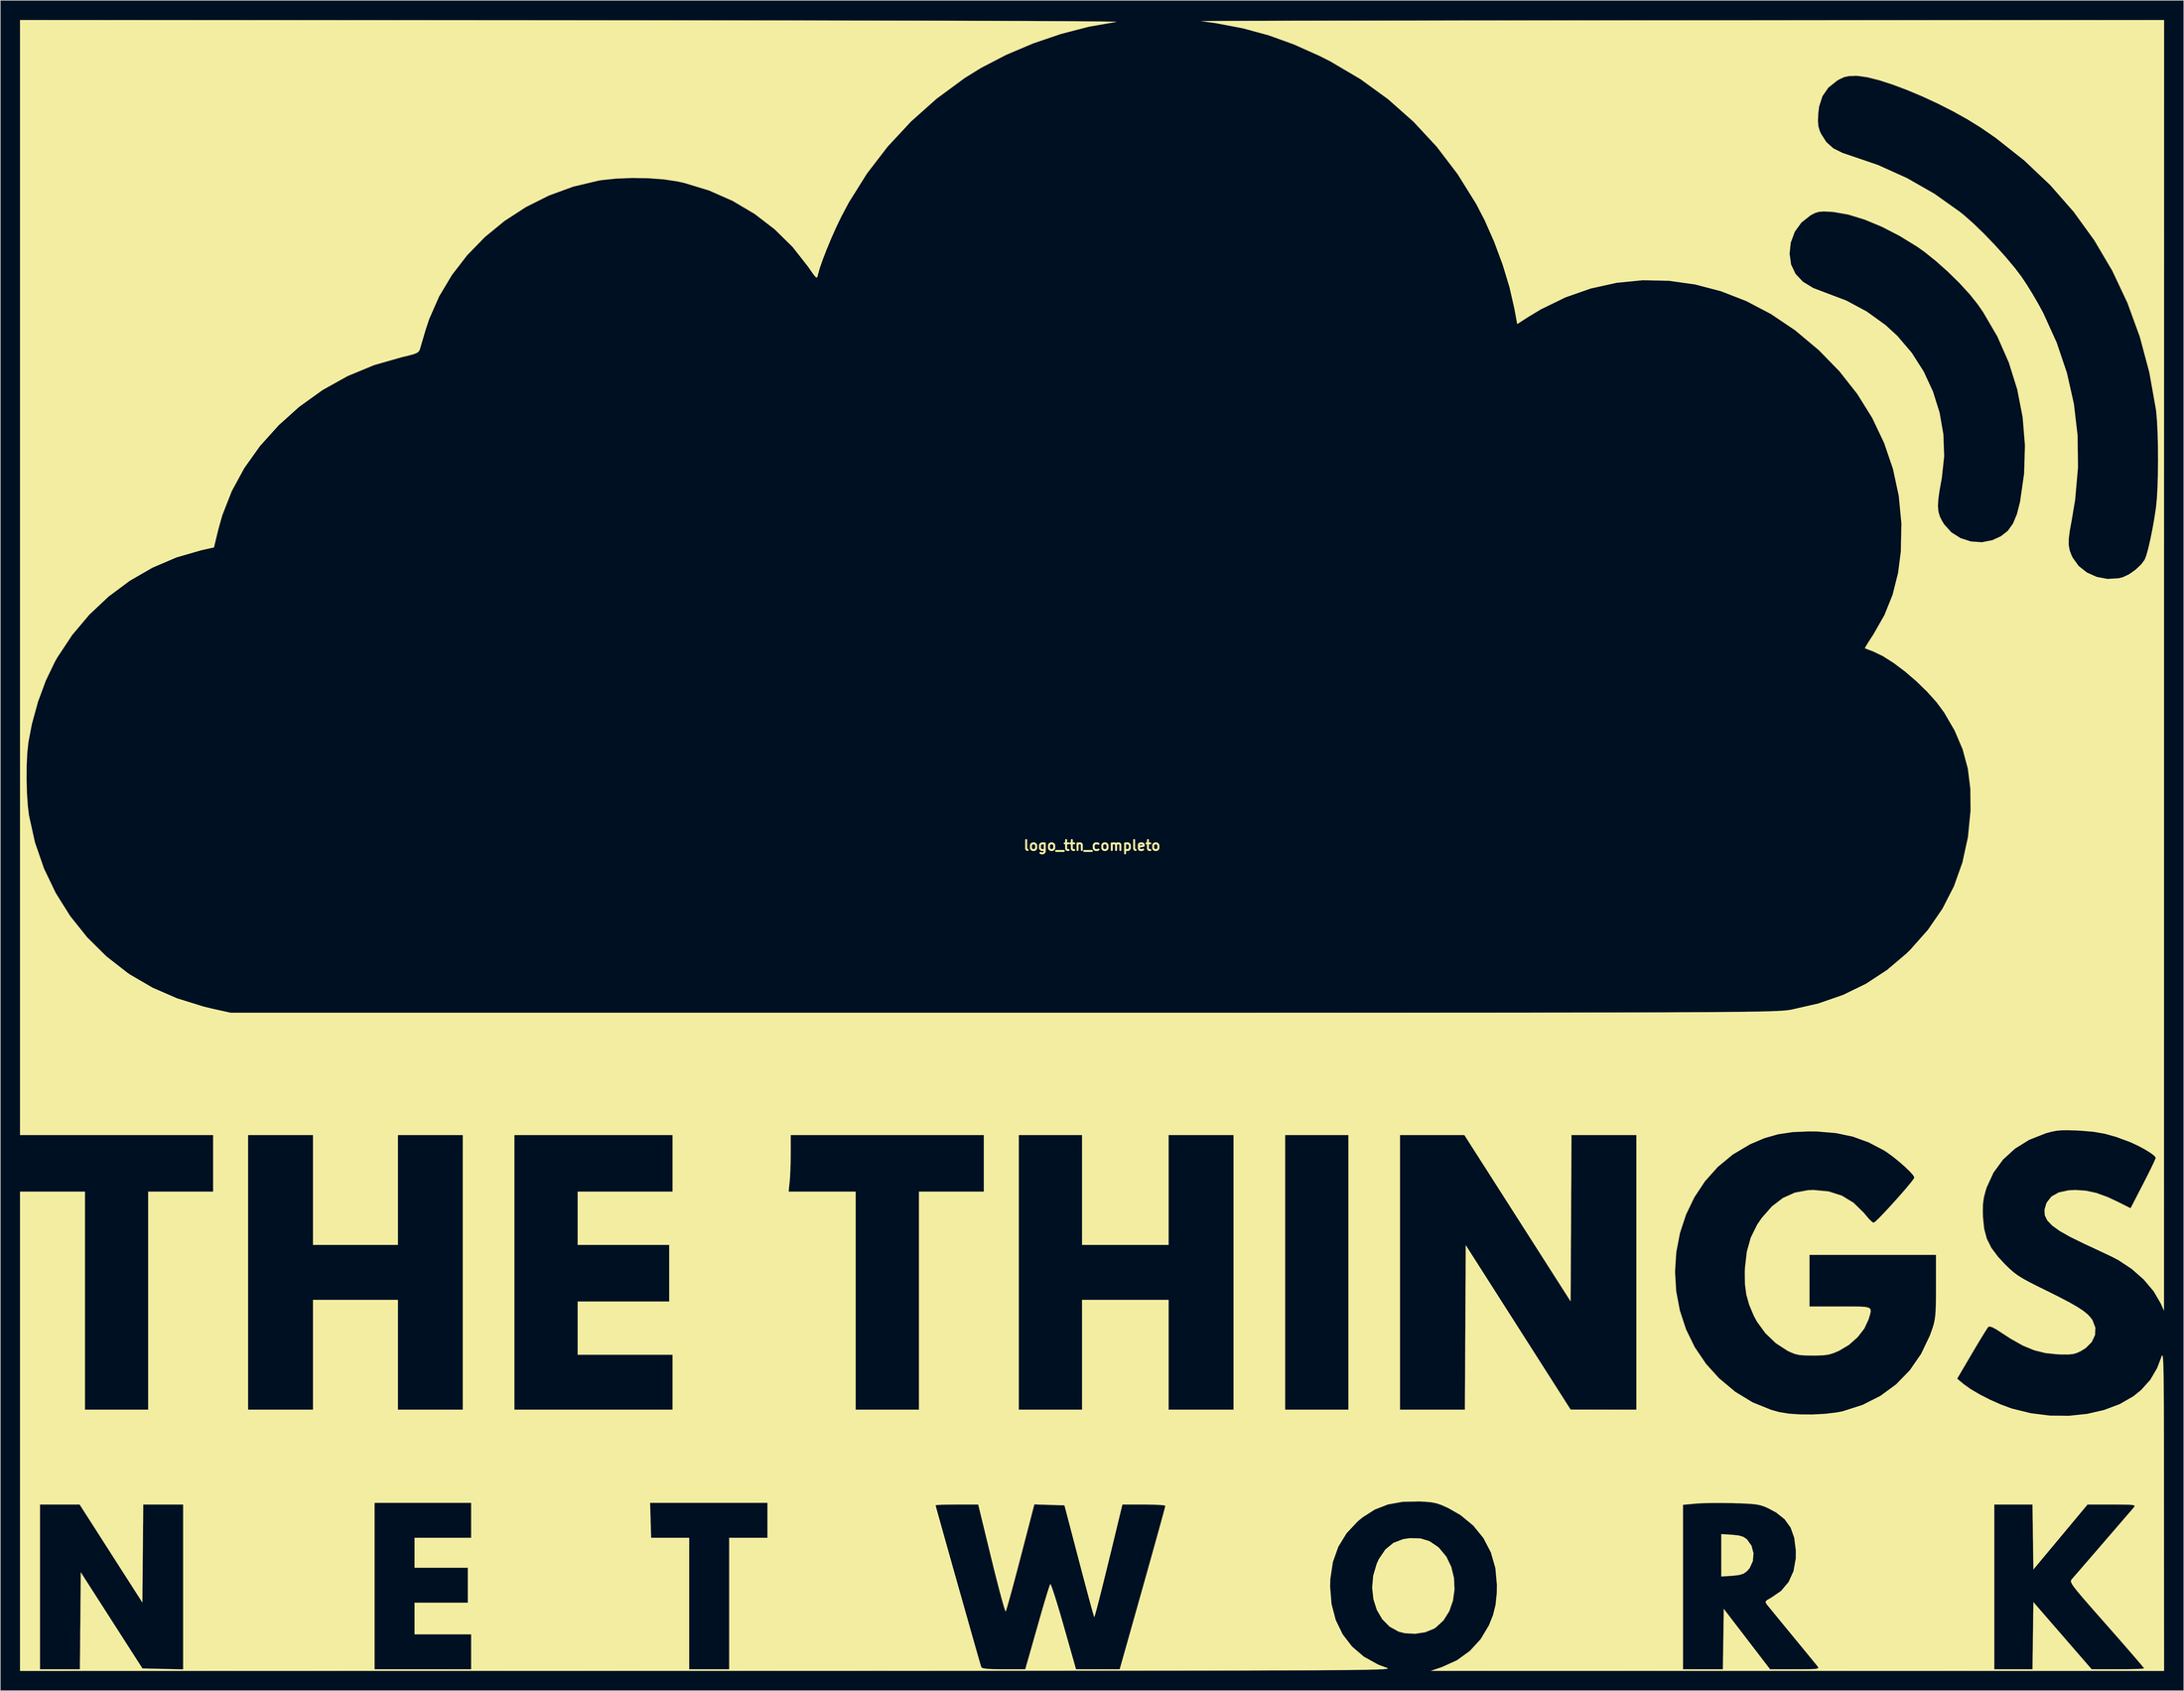
<source format=kicad_pcb>
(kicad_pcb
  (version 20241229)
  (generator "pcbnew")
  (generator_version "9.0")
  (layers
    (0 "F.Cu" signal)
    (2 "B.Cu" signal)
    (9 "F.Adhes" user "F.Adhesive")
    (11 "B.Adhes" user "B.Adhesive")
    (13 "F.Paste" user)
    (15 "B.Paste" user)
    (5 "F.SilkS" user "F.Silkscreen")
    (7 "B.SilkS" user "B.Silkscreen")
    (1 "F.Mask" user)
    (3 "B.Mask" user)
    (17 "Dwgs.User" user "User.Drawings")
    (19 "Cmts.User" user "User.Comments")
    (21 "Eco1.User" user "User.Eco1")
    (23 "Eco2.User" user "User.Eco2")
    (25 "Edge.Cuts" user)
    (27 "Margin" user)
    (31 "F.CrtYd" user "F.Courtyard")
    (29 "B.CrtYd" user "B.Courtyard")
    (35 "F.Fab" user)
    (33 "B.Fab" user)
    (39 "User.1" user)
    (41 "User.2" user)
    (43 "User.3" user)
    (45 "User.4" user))
  (footprint "logo_ttn_completo"
    (layer "F.Cu")
    (at 163.581 125.989)
    (property "Reference" "logo_ttn_completo" (at 0 0 0) (layer "F.SilkS") (effects (font (size 1.524 1.524) (thickness 0.3))))
    (attr through_hole)
    (fp_poly (pts (xy 97.655 105.201) (xy 98.687 105.312) (xy 99.38 105.519) (xy 99.902 105.874) (xy 99.941 105.911) (xy 100.63 106.879) (xy 100.926 108.027) (xy 100.831 109.211) (xy 100.343 110.288) (xy 99.944 110.749) (xy 99.428 111.119) (xy 98.757 111.337) (xy 97.763 111.453) (xy 97.655 111.461) (xy 96.012 111.565) (xy 96.012 105.097) (xy 97.655 105.201)) (stroke (width 0.01) (type solid)) (fill yes) (layer "F.SilkS"))
    (fp_poly (pts (xy 50.115 105.756) (xy 51.474 106.172) (xy 52.726 107.009) (xy 52.972 107.227) (xy 54.064 108.542) (xy 54.813 110.093) (xy 55.225 111.792) (xy 55.307 113.548) (xy 55.065 115.272) (xy 54.504 116.875) (xy 53.63 118.266) (xy 52.45 119.357) (xy 52.141 119.553) (xy 50.815 120.083) (xy 49.275 120.313) (xy 47.727 120.228) (xy 46.78 119.983) (xy 45.397 119.218) (xy 44.28 118.087) (xy 43.452 116.665) (xy 42.932 115.031) (xy 42.742 113.262) (xy 42.903 111.436) (xy 43.435 109.629) (xy 43.775 108.894) (xy 44.753 107.449) (xy 45.974 106.445) (xy 47.465 105.866) (xy 48.507 105.714) (xy 50.115 105.756)) (stroke (width 0.01) (type solid)) (fill yes) (layer "F.SilkS"))
    (fp_poly (pts (xy 163.57 -27.495) (xy 163.565 70.993) (xy 163.048 69.855) (xy 161.971 68.014) (xy 160.477 66.246) (xy 158.656 64.639) (xy 156.601 63.278) (xy 155.59 62.754) (xy 154.718 62.341) (xy 153.552 61.793) (xy 152.259 61.188) (xy 151.257 60.72) (xy 149.23 59.727) (xy 147.66 58.838) (xy 146.516 58.019) (xy 145.767 57.235) (xy 145.381 56.449) (xy 145.328 55.627) (xy 145.575 54.734) (xy 145.693 54.469) (xy 146.395 53.571) (xy 147.504 52.954) (xy 148.995 52.629) (xy 150.021 52.578) (xy 151.644 52.685) (xy 153.243 53.03) (xy 154.958 53.654) (xy 156.509 54.379) (xy 158.464 55.361) (xy 160.385 51.646) (xy 161.029 50.384) (xy 161.581 49.27) (xy 162.002 48.387) (xy 162.253 47.815) (xy 162.306 47.646) (xy 162.091 47.354) (xy 161.515 46.919) (xy 160.681 46.403) (xy 159.693 45.868) (xy 158.655 45.377) (xy 158.23 45.2) (xy 156.281 44.481) (xy 154.54 43.994) (xy 152.791 43.69) (xy 150.817 43.524) (xy 150.459 43.506) (xy 149.058 43.456) (xy 148.011 43.461) (xy 147.167 43.534) (xy 146.375 43.689) (xy 145.506 43.929) (xy 143.009 44.915) (xy 140.83 46.263) (xy 138.999 47.941) (xy 137.55 49.922) (xy 136.513 52.173) (xy 136.366 52.627) (xy 136.082 53.71) (xy 135.939 54.728) (xy 135.912 55.903) (xy 135.941 56.721) (xy 136.124 58.506) (xy 136.532 60.027) (xy 137.225 61.415) (xy 138.265 62.802) (xy 139.306 63.917) (xy 139.978 64.573) (xy 140.593 65.115) (xy 141.242 65.6) (xy 142.014 66.085) (xy 142.997 66.625) (xy 144.281 67.279) (xy 145.571 67.915) (xy 147.55 68.9) (xy 149.118 69.721) (xy 150.331 70.414) (xy 151.245 71.015) (xy 151.917 71.561) (xy 152.403 72.087) (xy 152.661 72.461) (xy 153.088 73.59) (xy 153.038 74.721) (xy 152.538 75.785) (xy 151.613 76.712) (xy 150.874 77.17) (xy 150.268 77.45) (xy 149.689 77.616) (xy 148.985 77.687) (xy 148.006 77.685) (xy 147.32 77.66) (xy 145.492 77.474) (xy 143.765 77.043) (xy 142.022 76.321) (xy 140.146 75.265) (xy 139.065 74.561) (xy 138.054 73.902) (xy 137.372 73.529) (xy 136.953 73.409) (xy 136.749 73.486) (xy 136.531 73.796) (xy 136.107 74.468) (xy 135.523 75.421) (xy 134.829 76.579) (xy 134.236 77.582) (xy 132.007 81.377) (xy 132.992 82.204) (xy 134.037 82.954) (xy 135.425 83.771) (xy 137.011 84.581) (xy 138.652 85.311) (xy 140.2 85.887) (xy 140.393 85.949) (xy 143.246 86.652) (xy 146.148 87.014) (xy 149.027 87.045) (xy 151.811 86.757) (xy 154.43 86.158) (xy 156.811 85.26) (xy 158.883 84.073) (xy 160.074 83.11) (xy 161.475 81.549) (xy 162.508 79.787) (xy 163.086 78.283) (xy 163.162 78.053) (xy 163.23 77.889) (xy 163.29 77.82) (xy 163.341 77.874) (xy 163.386 78.079) (xy 163.423 78.463) (xy 163.455 79.054) (xy 163.481 79.881) (xy 163.502 80.97) (xy 163.519 82.35) (xy 163.532 84.049) (xy 163.542 86.095) (xy 163.549 88.516) (xy 163.554 91.34) (xy 163.558 94.595) (xy 163.561 98.31) (xy 163.562 101.409) (xy 163.576 125.984) (xy 107.632 125.977) (xy 51.689 125.971) (xy 53.398 125.388) (xy 55.679 124.354) (xy 57.658 122.922) (xy 59.301 121.124) (xy 60.551 119.035) (xy 61.183 117.47) (xy 61.573 115.893) (xy 61.756 114.121) (xy 61.783 112.903) (xy 61.546 110.287) (xy 60.851 107.876) (xy 59.718 105.702) (xy 58.168 103.796) (xy 56.218 102.189) (xy 54.359 101.127) (xy 53.394 100.689) (xy 53.218 100.627) (xy 90.17 100.627) (xy 90.17 125.73) (xy 96.255 125.73) (xy 96.324 121.119) (xy 96.393 116.508) (xy 99.927 121.119) (xy 103.46 125.73) (xy 107.26 125.73) (xy 108.717 125.727) (xy 109.734 125.71) (xy 110.379 125.673) (xy 110.718 125.606) (xy 110.821 125.5) (xy 110.755 125.346) (xy 110.712 125.29) (xy 110.452 124.969) (xy 109.922 124.321) (xy 109.174 123.407) (xy 108.26 122.293) (xy 107.232 121.042) (xy 106.807 120.525) (xy 105.749 119.238) (xy 104.786 118.064) (xy 103.968 117.067) (xy 103.349 116.309) (xy 102.98 115.855) (xy 102.915 115.773) (xy 102.761 115.482) (xy 102.901 115.234) (xy 103.413 114.921) (xy 103.599 114.825) (xy 105.133 113.777) (xy 106.284 112.407) (xy 107.038 110.739) (xy 107.382 108.8) (xy 107.388 107.568) (xy 107.142 105.648) (xy 106.587 104.092) (xy 105.675 102.829) (xy 104.36 101.787) (xy 103.124 101.127) (xy 102.53 100.873) (xy 101.953 100.691) (xy 101.391 100.584) (xy 137.668 100.584) (xy 137.668 125.73) (xy 143.499 125.73) (xy 143.568 120.601) (xy 143.637 115.473) (xy 148.082 120.598) (xy 152.527 125.724) (xy 156.528 125.727) (xy 157.888 125.72) (xy 159.05 125.697) (xy 159.928 125.663) (xy 160.436 125.619) (xy 160.528 125.59) (xy 160.366 125.373) (xy 159.906 124.821) (xy 159.186 123.978) (xy 158.245 122.889) (xy 157.122 121.599) (xy 155.856 120.153) (xy 154.799 118.953) (xy 153.263 117.21) (xy 152.033 115.807) (xy 151.077 114.703) (xy 150.366 113.858) (xy 149.87 113.231) (xy 149.558 112.781) (xy 149.399 112.467) (xy 149.363 112.248) (xy 149.419 112.084) (xy 149.538 111.934) (xy 149.553 111.918) (xy 149.814 111.619) (xy 150.353 110.998) (xy 151.115 110.118) (xy 152.045 109.042) (xy 153.091 107.832) (xy 154.197 106.552) (xy 155.309 105.264) (xy 156.373 104.03) (xy 157.335 102.915) (xy 158.141 101.979) (xy 158.735 101.288) (xy 158.957 101.028) (xy 159.076 100.856) (xy 159.045 100.735) (xy 158.796 100.657) (xy 158.262 100.611) (xy 157.374 100.59) (xy 156.064 100.584) (xy 155.618 100.584) (xy 151.898 100.584) (xy 143.637 110.496) (xy 143.499 100.584) (xy 137.668 100.584) (xy 101.391 100.584) (xy 101.287 100.564) (xy 100.424 100.479) (xy 99.257 100.42) (xy 97.862 100.375) (xy 96.319 100.349) (xy 94.776 100.35) (xy 93.387 100.378) (xy 92.308 100.43) (xy 92.084 100.448) (xy 90.17 100.627) (xy 53.218 100.627) (xy 52.594 100.409) (xy 51.772 100.245) (xy 50.742 100.153) (xy 49.936 100.115) (xy 47.387 100.17) (xy 45.151 100.574) (xy 43.147 101.351) (xy 41.295 102.528) (xy 40.531 103.159) (xy 38.833 104.972) (xy 37.574 107.032) (xy 36.751 109.348) (xy 36.359 111.928) (xy 36.322 113.075) (xy 36.54 115.77) (xy 37.184 118.216) (xy 38.234 120.389) (xy 39.674 122.263) (xy 41.486 123.813) (xy 43.653 125.014) (xy 44.958 125.506) (xy 45.061 125.543) (xy 45.121 125.578) (xy 45.125 125.612) (xy 45.058 125.643) (xy 44.906 125.672) (xy 44.656 125.7) (xy 44.292 125.725) (xy 43.8 125.749) (xy 43.168 125.771) (xy 42.379 125.792) (xy 41.42 125.811) (xy 40.277 125.829) (xy 38.936 125.845) (xy 37.382 125.86) (xy 35.601 125.873) (xy 33.58 125.885) (xy 31.303 125.897) (xy 28.758 125.907) (xy 25.928 125.916) (xy 22.801 125.924) (xy 19.362 125.931) (xy 15.597 125.937) (xy 11.492 125.943) (xy 7.033 125.948) (xy 2.205 125.952) (xy -3.006 125.955) (xy -8.614 125.958) (xy -14.633 125.961) (xy -21.078 125.963) (xy -27.962 125.965) (xy -35.299 125.967) (xy -43.105 125.968) (xy -51.393 125.969) (xy -58.611 125.97) (xy -163.576 125.984) (xy -163.576 100.584) (xy -160.528 100.584) (xy -160.528 125.73) (xy -154.44 125.73) (xy -154.372 118.327) (xy -154.305 110.924) (xy -149.6 118.264) (xy -144.896 125.603) (xy -141.79 125.674) (xy -138.684 125.746) (xy -138.684 100.584) (xy -144.772 100.584) (xy -144.84 108.06) (xy -144.907 115.536) (xy -149.695 108.06) (xy -154.482 100.584) (xy -160.528 100.584) (xy -163.576 100.584) (xy -163.576 100.33) (xy -109.474 100.33) (xy -109.474 125.73) (xy -94.742 125.73) (xy -94.742 120.396) (xy -103.378 120.396) (xy -103.378 115.57) (xy -95.25 115.57) (xy -95.25 110.236) (xy -103.378 110.236) (xy -103.378 105.664) (xy -94.742 105.664) (xy -94.742 100.33) (xy -109.474 100.33) (xy -163.576 100.33) (xy -163.576 100.329) (xy -67.437 100.329) (xy -67.357 102.996) (xy -67.277 105.664) (xy -61.468 105.664) (xy -61.468 125.73) (xy -55.372 125.73) (xy -55.372 105.664) (xy -49.53 105.664) (xy -49.53 100.696) (xy -23.876 100.696) (xy -23.809 100.955) (xy -23.62 101.646) (xy -23.323 102.713) (xy -22.936 104.099) (xy -22.474 105.747) (xy -21.953 107.601) (xy -21.39 109.604) (xy -20.799 111.699) (xy -20.197 113.831) (xy -19.6 115.942) (xy -19.024 117.976) (xy -18.486 119.877) (xy -18 121.587) (xy -17.583 123.05) (xy -17.251 124.21) (xy -17.019 125.01) (xy -16.905 125.393) (xy -16.898 125.412) (xy -16.684 125.554) (xy -16.13 125.651) (xy -15.184 125.708) (xy -13.794 125.73) (xy -13.488 125.73) (xy -10.196 125.73) (xy -9.813 124.397) (xy -9.625 123.741) (xy -9.327 122.695) (xy -8.947 121.359) (xy -8.514 119.832) (xy -8.054 118.213) (xy -7.989 117.983) (xy -7.549 116.451) (xy -7.146 115.086) (xy -6.803 113.962) (xy -6.543 113.157) (xy -6.391 112.745) (xy -6.371 112.71) (xy -6.258 112.893) (xy -6.03 113.504) (xy -5.705 114.483) (xy -5.303 115.771) (xy -4.844 117.305) (xy -4.347 119.025) (xy -4.319 119.124) (xy -2.444 125.73) (xy 4.219 125.73) (xy 7.707 113.347) (xy 8.386 110.931) (xy 9.021 108.663) (xy 9.599 106.591) (xy 10.107 104.761) (xy 10.533 103.219) (xy 10.862 102.014) (xy 11.082 101.192) (xy 11.181 100.8) (xy 11.185 100.775) (xy 10.943 100.703) (xy 10.289 100.644) (xy 9.316 100.603) (xy 8.121 100.584) (xy 7.904 100.584) (xy 4.632 100.584) (xy 4.372 101.663) (xy 3.503 105.263) (xy 2.735 108.424) (xy 2.069 111.139) (xy 1.508 113.4) (xy 1.053 115.199) (xy 0.707 116.529) (xy 0.471 117.383) (xy 0.348 117.751) (xy 0.333 117.766) (xy 0.247 117.504) (xy 0.047 116.808) (xy -0.248 115.734) (xy -0.626 114.339) (xy -1.069 112.68) (xy -1.563 110.815) (xy -1.991 109.186) (xy -4.211 100.711) (xy -8.802 100.566) (xy -10.9 108.64) (xy -11.409 110.587) (xy -11.885 112.377) (xy -12.311 113.95) (xy -12.67 115.247) (xy -12.946 116.208) (xy -13.123 116.774) (xy -13.176 116.901) (xy -13.276 116.709) (xy -13.478 116.079) (xy -13.768 115.065) (xy -14.129 113.723) (xy -14.547 112.11) (xy -15.007 110.28) (xy -15.362 108.837) (xy -17.368 100.584) (xy -20.622 100.584) (xy -21.841 100.592) (xy -22.852 100.614) (xy -23.56 100.648) (xy -23.87 100.689) (xy -23.876 100.696) (xy -49.53 100.696) (xy -49.53 100.33) (xy -67.437 100.329) (xy -163.576 100.329) (xy -163.576 52.832) (xy -153.67 52.832) (xy -153.67 86.106) (xy -144.018 86.106) (xy -144.018 52.832) (xy -134.112 52.832) (xy -134.112 44.196) (xy -128.778 44.196) (xy -128.778 86.106) (xy -118.872 86.106) (xy -118.872 69.342) (xy -105.918 69.342) (xy -105.918 86.106) (xy -96.012 86.106) (xy -96.012 44.196) (xy -88.138 44.196) (xy -88.138 86.106) (xy -64.008 86.106) (xy -64.008 77.724) (xy -78.486 77.724) (xy -78.486 69.596) (xy -64.516 69.596) (xy -64.516 60.96) (xy -78.486 60.96) (xy -78.486 52.832) (xy -64.008 52.832) (xy -46.3 52.832) (xy -36.068 52.832) (xy -36.068 86.106) (xy -26.416 86.106) (xy -26.416 52.832) (xy -16.51 52.832) (xy -16.51 44.196) (xy -11.176 44.196) (xy -11.176 86.106) (xy -1.524 86.106) (xy -1.524 69.342) (xy 11.684 69.342) (xy 11.684 86.106) (xy 21.59 86.106) (xy 21.59 44.196) (xy 29.464 44.196) (xy 29.464 86.106) (xy 39.116 86.106) (xy 39.116 44.196) (xy 46.99 44.196) (xy 46.99 86.106) (xy 56.891 86.106) (xy 56.957 73.553) (xy 57.023 60.999) (xy 73.025 86.092) (xy 83.058 86.106) (xy 83.058 65.046) (xy 88.952 65.046) (xy 89.132 68.03) (xy 89.69 70.979) (xy 90.633 73.845) (xy 91.967 76.58) (xy 93.699 79.136) (xy 95.665 81.306) (xy 98.153 83.388) (xy 100.798 84.993) (xy 103.625 86.135) (xy 104.852 86.475) (xy 106.288 86.712) (xy 108.052 86.833) (xy 109.978 86.841) (xy 111.899 86.739) (xy 113.649 86.527) (xy 114.554 86.348) (xy 117.57 85.382) (xy 120.291 84.007) (xy 122.7 82.24) (xy 124.776 80.099) (xy 126.501 77.602) (xy 127.855 74.766) (xy 128.246 73.673) (xy 128.438 73.028) (xy 128.579 72.378) (xy 128.675 71.628) (xy 128.735 70.683) (xy 128.767 69.448) (xy 128.778 67.827) (xy 128.778 67.268) (xy 128.778 62.484) (xy 109.474 62.484) (xy 109.474 70.358) (xy 114.173 70.358) (xy 115.872 70.356) (xy 117.123 70.368) (xy 117.983 70.421) (xy 118.514 70.542) (xy 118.772 70.759) (xy 118.818 71.097) (xy 118.711 71.584) (xy 118.51 72.248) (xy 118.485 72.33) (xy 117.845 73.715) (xy 116.808 75.051) (xy 115.485 76.224) (xy 113.993 77.113) (xy 113.151 77.474) (xy 112.416 77.694) (xy 111.608 77.808) (xy 110.549 77.848) (xy 109.982 77.851) (xy 108.787 77.834) (xy 107.93 77.764) (xy 107.242 77.606) (xy 106.553 77.328) (xy 106.082 77.098) (xy 104.327 75.955) (xy 102.742 74.433) (xy 101.447 72.655) (xy 100.981 71.784) (xy 100.278 70.119) (xy 99.837 68.559) (xy 99.624 66.924) (xy 99.606 65.032) (xy 99.628 64.479) (xy 99.91 62.003) (xy 100.516 59.839) (xy 101.482 57.883) (xy 102.186 56.848) (xy 103.738 55.084) (xy 105.409 53.803) (xy 107.234 52.984) (xy 109.249 52.608) (xy 110.072 52.578) (xy 112.368 52.792) (xy 114.404 53.439) (xy 116.199 54.53) (xy 117.773 56.072) (xy 117.983 56.332) (xy 118.543 56.991) (xy 119.011 57.44) (xy 119.269 57.58) (xy 119.545 57.377) (xy 120.079 56.864) (xy 120.803 56.116) (xy 121.649 55.209) (xy 122.549 54.219) (xy 123.435 53.222) (xy 124.238 52.292) (xy 124.892 51.507) (xy 125.327 50.941) (xy 125.476 50.675) (xy 125.286 50.319) (xy 124.774 49.744) (xy 124.032 49.029) (xy 123.147 48.253) (xy 122.209 47.497) (xy 121.308 46.84) (xy 120.811 46.519) (xy 118.479 45.298) (xy 116.087 44.433) (xy 113.525 43.893) (xy 110.679 43.652) (xy 109.474 43.632) (xy 106.919 43.737) (xy 104.668 44.075) (xy 102.559 44.68) (xy 100.428 45.59) (xy 100.393 45.607) (xy 97.77 47.161) (xy 95.475 49.061) (xy 93.515 51.259) (xy 91.895 53.706) (xy 90.623 56.356) (xy 89.704 59.161) (xy 89.145 62.074) (xy 88.952 65.046) (xy 83.058 65.046) (xy 83.058 44.196) (xy 73.157 44.196) (xy 73.091 56.889) (xy 73.025 69.582) (xy 64.918 56.889) (xy 56.811 44.196) (xy 46.99 44.196) (xy 39.116 44.196) (xy 29.464 44.196) (xy 21.59 44.196) (xy 11.684 44.196) (xy 11.684 60.96) (xy -1.524 60.96) (xy -1.524 44.196) (xy -11.176 44.196) (xy -16.51 44.196) (xy -45.974 44.196) (xy -45.974 46.953) (xy -45.99 48.291) (xy -46.033 49.631) (xy -46.095 50.775) (xy -46.137 51.271) (xy -46.3 52.832) (xy -64.008 52.832) (xy -64.008 44.196) (xy -88.138 44.196) (xy -96.012 44.196) (xy -105.918 44.196) (xy -105.918 60.96) (xy -118.872 60.96) (xy -118.872 44.196) (xy -128.778 44.196) (xy -134.112 44.196) (xy -163.576 44.196) (xy -163.576 -125.984) (xy -79.058 -125.952) (xy -71.691 -125.948) (xy -64.588 -125.944) (xy -57.761 -125.938) (xy -51.222 -125.931) (xy -44.985 -125.923) (xy -39.062 -125.914) (xy -33.465 -125.904) (xy -28.209 -125.893) (xy -23.304 -125.881) (xy -18.765 -125.868) (xy -14.604 -125.854) (xy -10.834 -125.839) (xy -7.467 -125.824) (xy -4.517 -125.808) (xy -1.996 -125.791) (xy 0.084 -125.774) (xy 1.708 -125.756) (xy 2.866 -125.737) (xy 3.543 -125.718) (xy 3.727 -125.698) (xy 3.708 -125.695) (xy -0.483 -124.963) (xy -4.763 -123.851) (xy -9.011 -122.403) (xy -13.108 -120.664) (xy -16.932 -118.679) (xy -19.431 -117.133) (xy -23.701 -113.988) (xy -27.628 -110.488) (xy -31.189 -106.66) (xy -34.358 -102.534) (xy -37.112 -98.135) (xy -38.328 -95.837) (xy -39.063 -94.298) (xy -39.793 -92.656) (xy -40.475 -91.018) (xy -41.066 -89.494) (xy -41.523 -88.19) (xy -41.801 -87.217) (xy -41.824 -87.107) (xy -41.905 -86.776) (xy -42.02 -86.66) (xy -42.227 -86.806) (xy -42.586 -87.264) (xy -43.155 -88.081) (xy -43.337 -88.346) (xy -45.693 -91.347) (xy -48.428 -94.04) (xy -51.492 -96.394) (xy -54.84 -98.378) (xy -58.422 -99.961) (xy -62.19 -101.111) (xy -63.279 -101.353) (xy -65.333 -101.662) (xy -67.696 -101.837) (xy -70.188 -101.878) (xy -72.626 -101.782) (xy -74.832 -101.548) (xy -75.311 -101.471) (xy -79.17 -100.552) (xy -82.873 -99.197) (xy -86.38 -97.44) (xy -89.653 -95.315) (xy -92.652 -92.854) (xy -95.341 -90.092) (xy -97.679 -87.061) (xy -99.628 -83.796) (xy -101.15 -80.33) (xy -101.714 -78.613) (xy -102.031 -77.533) (xy -102.312 -76.579) (xy -102.512 -75.897) (xy -102.564 -75.718) (xy -102.703 -75.426) (xy -102.984 -75.196) (xy -103.502 -74.985) (xy -104.353 -74.752) (xy -105.283 -74.535) (xy -109.548 -73.316) (xy -113.596 -71.639) (xy -117.413 -69.511) (xy -120.991 -66.937) (xy -124.099 -64.143) (xy -126.954 -60.974) (xy -129.346 -57.615) (xy -131.27 -54.08) (xy -132.718 -50.379) (xy -133.323 -48.22) (xy -133.983 -45.489) (xy -135.889 -45.067) (xy -139.709 -43.963) (xy -143.372 -42.396) (xy -146.835 -40.397) (xy -150.058 -37.996) (xy -153.002 -35.225) (xy -155.625 -32.113) (xy -157.887 -28.693) (xy -158.25 -28.051) (xy -159.646 -25.152) (xy -160.836 -21.929) (xy -161.766 -18.543) (xy -162.299 -15.748) (xy -162.468 -14.147) (xy -162.56 -12.211) (xy -162.576 -10.106) (xy -162.518 -7.998) (xy -162.387 -6.054) (xy -162.206 -4.569) (xy -161.295 -0.457) (xy -159.927 3.498) (xy -158.128 7.254) (xy -155.925 10.769) (xy -153.344 14.001) (xy -150.413 16.908) (xy -147.159 19.447) (xy -146.763 19.715) (xy -143.35 21.702) (xy -139.617 23.325) (xy -135.539 24.593) (xy -134.011 24.958) (xy -131.445 25.527) (xy -13.716 25.527) (xy -4.484 25.527) (xy 4.253 25.527) (xy 12.51 25.526) (xy 20.301 25.526) (xy 27.64 25.525) (xy 34.54 25.524) (xy 41.016 25.522) (xy 47.081 25.52) (xy 52.75 25.517) (xy 58.036 25.514) (xy 62.953 25.51) (xy 67.515 25.505) (xy 71.736 25.5) (xy 75.63 25.494) (xy 79.211 25.487) (xy 82.492 25.479) (xy 85.489 25.471) (xy 88.213 25.461) (xy 90.681 25.45) (xy 92.905 25.438) (xy 94.899 25.425) (xy 96.677 25.411) (xy 98.254 25.395) (xy 99.642 25.378) (xy 100.857 25.36) (xy 101.912 25.34) (xy 102.82 25.319) (xy 103.596 25.296) (xy 104.254 25.272) (xy 104.808 25.246) (xy 105.271 25.218) (xy 105.657 25.189) (xy 105.981 25.158) (xy 106.256 25.124) (xy 106.496 25.089) (xy 106.68 25.059) (xy 110.805 24.121) (xy 114.6 22.807) (xy 118.092 21.105) (xy 121.307 19.001) (xy 124.274 16.481) (xy 124.858 15.907) (xy 127.541 12.88) (xy 129.756 9.66) (xy 131.51 6.235) (xy 132.807 2.594) (xy 133.651 -1.274) (xy 134.043 -5.23) (xy 134.025 -8.627) (xy 133.632 -11.751) (xy 132.837 -14.694) (xy 131.616 -17.55) (xy 130.005 -20.32) (xy 128.859 -21.863) (xy 127.423 -23.468) (xy 125.791 -25.056) (xy 124.058 -26.546) (xy 122.318 -27.856) (xy 120.664 -28.905) (xy 119.192 -29.614) (xy 119.142 -29.633) (xy 118.458 -29.889) (xy 118.01 -30.062) (xy 117.921 -30.1) (xy 118.024 -30.314) (xy 118.353 -30.858) (xy 118.85 -31.64) (xy 119.242 -32.241) (xy 120.918 -35.184) (xy 122.161 -38.282) (xy 122.993 -41.603) (xy 123.409 -44.831) (xy 123.501 -49.139) (xy 123.099 -53.358) (xy 122.215 -57.466) (xy 120.858 -61.441) (xy 119.039 -65.263) (xy 116.768 -68.909) (xy 114.054 -72.358) (xy 110.909 -75.588) (xy 107.343 -78.579) (xy 107.239 -78.658) (xy 103.606 -81.107) (xy 99.838 -83.086) (xy 95.966 -84.593) (xy 92.019 -85.627) (xy 88.028 -86.187) (xy 84.023 -86.271) (xy 80.035 -85.878) (xy 76.094 -85.006) (xy 72.23 -83.654) (xy 68.473 -81.82) (xy 66.538 -80.653) (xy 64.877 -79.582) (xy 64.444 -81.934) (xy 63.7 -85.197) (xy 62.654 -88.646) (xy 62.03 -90.329) (xy 106.432 -90.329) (xy 106.661 -88.669) (xy 107.335 -87.244) (xy 108.457 -86.05) (xy 110.031 -85.084) (xy 111.74 -84.435) (xy 115.085 -83.172) (xy 118.227 -81.482) (xy 121.09 -79.412) (xy 122.879 -77.77) (xy 125.071 -75.2) (xy 126.89 -72.348) (xy 128.314 -69.279) (xy 129.324 -66.057) (xy 129.899 -62.747) (xy 130.02 -59.416) (xy 129.666 -56.127) (xy 129.644 -56.007) (xy 129.325 -54.242) (xy 129.131 -52.876) (xy 129.068 -51.813) (xy 129.141 -50.96) (xy 129.356 -50.221) (xy 129.716 -49.501) (xy 130.041 -48.985) (xy 131.125 -47.786) (xy 132.514 -46.911) (xy 134.094 -46.396) (xy 135.751 -46.277) (xy 137.37 -46.593) (xy 137.386 -46.599) (xy 138.698 -47.2) (xy 139.724 -48.012) (xy 140.515 -49.108) (xy 141.123 -50.561) (xy 141.602 -52.442) (xy 141.604 -52.451) (xy 142.223 -56.752) (xy 142.351 -61.076) (xy 141.998 -65.375) (xy 141.174 -69.603) (xy 139.888 -73.713) (xy 138.152 -77.659) (xy 135.974 -81.393) (xy 135.128 -82.616) (xy 133.887 -84.169) (xy 132.328 -85.864) (xy 130.575 -87.583) (xy 128.748 -89.212) (xy 126.968 -90.635) (xy 125.933 -91.37) (xy 123.221 -93.037) (xy 120.513 -94.432) (xy 117.881 -95.525) (xy 115.401 -96.286) (xy 113.147 -96.683) (xy 112.726 -96.717) (xy 111.682 -96.763) (xy 110.962 -96.721) (xy 110.385 -96.561) (xy 109.769 -96.25) (xy 109.623 -96.165) (xy 108.234 -95.07) (xy 107.218 -93.657) (xy 106.607 -91.987) (xy 106.432 -90.329) (xy 62.03 -90.329) (xy 61.368 -92.115) (xy 59.902 -95.433) (xy 58.614 -97.917) (xy 55.788 -102.454) (xy 52.603 -106.633) (xy 49.064 -110.449) (xy 48.944 -110.555) (xy 110.761 -110.555) (xy 110.829 -109.763) (xy 111.033 -109.072) (xy 111.237 -108.616) (xy 112.046 -107.345) (xy 113.126 -106.387) (xy 114.566 -105.675) (xy 115.374 -105.411) (xy 119.948 -103.848) (xy 124.361 -101.853) (xy 128.536 -99.466) (xy 132.394 -96.727) (xy 132.977 -96.26) (xy 134.44 -94.976) (xy 136.071 -93.397) (xy 137.754 -91.649) (xy 139.37 -89.857) (xy 140.803 -88.146) (xy 141.788 -86.849) (xy 142.592 -85.65) (xy 143.5 -84.183) (xy 144.397 -82.638) (xy 145.131 -81.28) (xy 147.19 -76.751) (xy 148.751 -72.123) (xy 149.814 -67.401) (xy 150.377 -62.593) (xy 150.44 -57.703) (xy 150.002 -52.739) (xy 149.473 -49.602) (xy 149.183 -48.022) (xy 149.033 -46.815) (xy 149.027 -45.867) (xy 149.166 -45.061) (xy 149.455 -44.283) (xy 149.619 -43.942) (xy 150.537 -42.659) (xy 151.797 -41.661) (xy 153.299 -40.989) (xy 154.941 -40.681) (xy 156.622 -40.779) (xy 157.262 -40.935) (xy 158.219 -41.378) (xy 159.228 -42.088) (xy 160.106 -42.917) (xy 160.635 -43.65) (xy 160.879 -44.301) (xy 161.169 -45.353) (xy 161.482 -46.705) (xy 161.795 -48.255) (xy 162.088 -49.9) (xy 162.338 -51.54) (xy 162.341 -51.562) (xy 162.477 -52.923) (xy 162.575 -54.667) (xy 162.635 -56.673) (xy 162.657 -58.816) (xy 162.641 -60.974) (xy 162.587 -63.024) (xy 162.496 -64.843) (xy 162.366 -66.308) (xy 162.335 -66.548) (xy 161.327 -72.211) (xy 159.876 -77.634) (xy 157.99 -82.807) (xy 155.674 -87.719) (xy 152.934 -92.359) (xy 149.778 -96.718) (xy 146.213 -100.785) (xy 142.243 -104.549) (xy 137.876 -108) (xy 135.636 -109.546) (xy 133.605 -110.807) (xy 131.387 -112.044) (xy 129.057 -113.227) (xy 126.69 -114.324) (xy 124.358 -115.304) (xy 122.137 -116.138) (xy 120.099 -116.795) (xy 118.32 -117.242) (xy 116.874 -117.451) (xy 116.566 -117.462) (xy 115.54 -117.431) (xy 114.78 -117.278) (xy 114.047 -116.941) (xy 113.652 -116.706) (xy 112.347 -115.66) (xy 111.452 -114.367) (xy 110.938 -112.774) (xy 110.801 -111.65) (xy 110.761 -110.555) (xy 48.944 -110.555) (xy 45.177 -113.896) (xy 40.949 -116.967) (xy 36.386 -119.657) (xy 34.671 -120.527) (xy 30.768 -122.272) (xy 26.935 -123.654) (xy 23.02 -124.717) (xy 18.872 -125.506) (xy 16.637 -125.814) (xy 16.824 -125.822) (xy 17.5 -125.83) (xy 18.644 -125.838) (xy 20.238 -125.846) (xy 22.26 -125.854) (xy 24.693 -125.862) (xy 27.515 -125.87) (xy 30.707 -125.877) (xy 34.251 -125.885) (xy 38.125 -125.892) (xy 42.31 -125.899) (xy 46.787 -125.906) (xy 51.537 -125.913) (xy 56.538 -125.919) (xy 61.772 -125.924) (xy 67.219 -125.93) (xy 72.859 -125.935) (xy 78.673 -125.939) (xy 84.641 -125.943) (xy 89.725 -125.946) (xy 163.576 -125.984) (xy 163.57 -27.495)) (stroke (width 0.01) (type solid)) (fill yes) (layer "F.SilkS")))
  (gr_rect
    (start -3 -3)
    (end 330.162 254.978)
    (stroke (width 0.1) (type default))
    (fill no)
    (layer "Edge.Cuts")))
</source>
